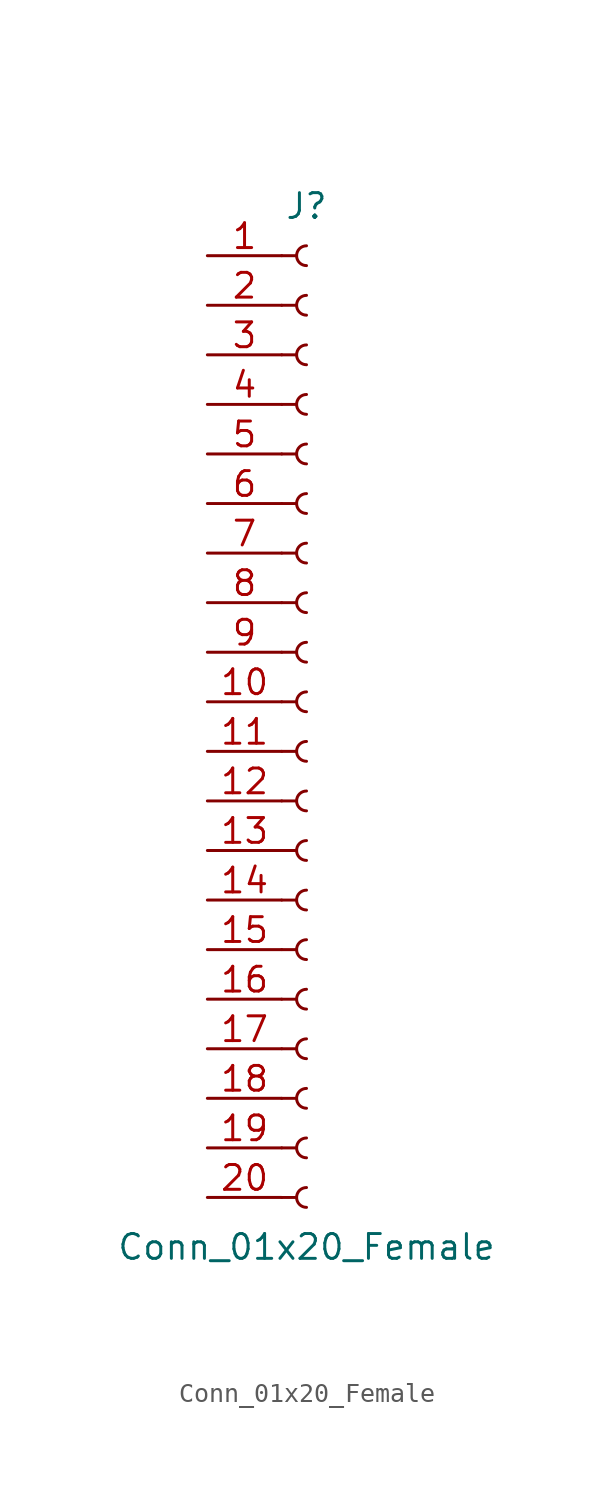
<source format=kicad_sym>
(kicad_symbol_lib
  (version 20201005)
  (generator kicad_symbol_editor)
  (symbol "Conn_01x20_Female"
    (pin_names
      (offset 1.016) hide)
    (property "Reference" "J"
      (at 0 25.4 0)
      (effects (font (size 1.27 1.27))))
    (property "Value" "Conn_01x20_Female"
      (at 0 -27.94 0)
      (effects (font (size 1.27 1.27))))
    (symbol "Conn_01x20_Female_1_1"
      (arc (start 0 -24.892) (end 0 -25.908) (radius (at 0 -25.4) (length 0.508) (angles 90.1 -90.1)) (stroke (width 0.1524)) (fill (type none)))
      (arc (start 0 -22.352) (end 0 -23.368) (radius (at 0 -22.86) (length 0.508) (angles 90.1 -90.1)) (stroke (width 0.1524)) (fill (type none)))
      (arc (start 0 -19.812) (end 0 -20.828) (radius (at 0 -20.32) (length 0.508) (angles 90.1 -90.1)) (stroke (width 0.1524)) (fill (type none)))
      (arc (start 0 -17.272) (end 0 -18.288) (radius (at 0 -17.78) (length 0.508) (angles 90.1 -90.1)) (stroke (width 0.1524)) (fill (type none)))
      (arc (start 0 -14.732) (end 0 -15.748) (radius (at 0 -15.24) (length 0.508) (angles 90.1 -90.1)) (stroke (width 0.1524)) (fill (type none)))
      (arc (start 0 -12.192) (end 0 -13.208) (radius (at 0 -12.7) (length 0.508) (angles 90.1 -90.1)) (stroke (width 0.1524)) (fill (type none)))
      (arc (start 0 -9.652) (end 0 -10.668) (radius (at 0 -10.16) (length 0.508) (angles 90.1 -90.1)) (stroke (width 0.1524)) (fill (type none)))
      (arc (start 0 -7.112) (end 0 -8.128) (radius (at 0 -7.62) (length 0.508) (angles 90.1 -90.1)) (stroke (width 0.1524)) (fill (type none)))
      (arc (start 0 -4.572) (end 0 -5.588) (radius (at 0 -5.08) (length 0.508) (angles 90.1 -90.1)) (stroke (width 0.1524)) (fill (type none)))
      (arc (start 0 -2.032) (end 0 -3.048) (radius (at 0 -2.54) (length 0.508) (angles 90.1 -90.1)) (stroke (width 0.1524)) (fill (type none)))
      (arc (start 0 0.508) (end 0 -0.508) (radius (at 0 0) (length 0.508) (angles 90.1 -90.1)) (stroke (width 0.1524)) (fill (type none)))
      (arc (start 0 3.048) (end 0 2.032) (radius (at 0 2.54) (length 0.508) (angles 90.1 -90.1)) (stroke (width 0.1524)) (fill (type none)))
      (arc (start 0 5.588) (end 0 4.572) (radius (at 0 5.08) (length 0.508) (angles 90.1 -90.1)) (stroke (width 0.1524)) (fill (type none)))
      (arc (start 0 8.128) (end 0 7.112) (radius (at 0 7.62) (length 0.508) (angles 90.1 -90.1)) (stroke (width 0.1524)) (fill (type none)))
      (arc (start 0 10.668) (end 0 9.652) (radius (at 0 10.16) (length 0.508) (angles 90.1 -90.1)) (stroke (width 0.1524)) (fill (type none)))
      (arc (start 0 13.208) (end 0 12.192) (radius (at 0 12.7) (length 0.508) (angles 90.1 -90.1)) (stroke (width 0.1524)) (fill (type none)))
      (arc (start 0 15.748) (end 0 14.732) (radius (at 0 15.24) (length 0.508) (angles 90.1 -90.1)) (stroke (width 0.1524)) (fill (type none)))
      (arc (start 0 18.288) (end 0 17.272) (radius (at 0 17.78) (length 0.508) (angles 90.1 -90.1)) (stroke (width 0.1524)) (fill (type none)))
      (arc (start 0 20.828) (end 0 19.812) (radius (at 0 20.32) (length 0.508) (angles 90.1 -90.1)) (stroke (width 0.1524)) (fill (type none)))
      (arc (start 0 23.368) (end 0 22.352) (radius (at 0 22.86) (length 0.508) (angles 90.1 -90.1)) (stroke (width 0.1524)) (fill (type none)))
      (polyline (pts (xy -1.27 -25.4) (xy -0.508 -25.4)) (stroke (width 0.152)) (fill (type none)))
      (polyline (pts (xy -1.27 -22.86) (xy -0.508 -22.86)) (stroke (width 0.152)) (fill (type none)))
      (polyline (pts (xy -1.27 -20.32) (xy -0.508 -20.32)) (stroke (width 0.152)) (fill (type none)))
      (polyline (pts (xy -1.27 -17.78) (xy -0.508 -17.78)) (stroke (width 0.152)) (fill (type none)))
      (polyline (pts (xy -1.27 -15.24) (xy -0.508 -15.24)) (stroke (width 0.152)) (fill (type none)))
      (polyline (pts (xy -1.27 -12.7) (xy -0.508 -12.7)) (stroke (width 0.152)) (fill (type none)))
      (polyline (pts (xy -1.27 -10.16) (xy -0.508 -10.16)) (stroke (width 0.152)) (fill (type none)))
      (polyline (pts (xy -1.27 -7.62) (xy -0.508 -7.62)) (stroke (width 0.152)) (fill (type none)))
      (polyline (pts (xy -1.27 -5.08) (xy -0.508 -5.08)) (stroke (width 0.152)) (fill (type none)))
      (polyline (pts (xy -1.27 -2.54) (xy -0.508 -2.54)) (stroke (width 0.152)) (fill (type none)))
      (polyline (pts (xy -1.27 0) (xy -0.508 0)) (stroke (width 0.152)) (fill (type none)))
      (polyline (pts (xy -1.27 2.54) (xy -0.508 2.54)) (stroke (width 0.152)) (fill (type none)))
      (polyline (pts (xy -1.27 5.08) (xy -0.508 5.08)) (stroke (width 0.152)) (fill (type none)))
      (polyline (pts (xy -1.27 7.62) (xy -0.508 7.62)) (stroke (width 0.152)) (fill (type none)))
      (polyline (pts (xy -1.27 10.16) (xy -0.508 10.16)) (stroke (width 0.152)) (fill (type none)))
      (polyline (pts (xy -1.27 12.7) (xy -0.508 12.7)) (stroke (width 0.152)) (fill (type none)))
      (polyline (pts (xy -1.27 15.24) (xy -0.508 15.24)) (stroke (width 0.152)) (fill (type none)))
      (polyline (pts (xy -1.27 17.78) (xy -0.508 17.78)) (stroke (width 0.152)) (fill (type none)))
      (polyline (pts (xy -1.27 20.32) (xy -0.508 20.32)) (stroke (width 0.152)) (fill (type none)))
      (polyline (pts (xy -1.27 22.86) (xy -0.508 22.86)) (stroke (width 0.152)) (fill (type none)))
      (pin passive line (at -5.08 22.86 0) (length 3.81) (name "Pin_1" (effects (font (size 1.27 1.27)))) (number "1" (effects (font (size 1.27 1.27)))))
      (pin passive line (at -5.08 0 0) (length 3.81) (name "Pin_10" (effects (font (size 1.27 1.27)))) (number "10" (effects (font (size 1.27 1.27)))))
      (pin passive line (at -5.08 -2.54 0) (length 3.81) (name "Pin_11" (effects (font (size 1.27 1.27)))) (number "11" (effects (font (size 1.27 1.27)))))
      (pin passive line (at -5.08 -5.08 0) (length 3.81) (name "Pin_12" (effects (font (size 1.27 1.27)))) (number "12" (effects (font (size 1.27 1.27)))))
      (pin passive line (at -5.08 -7.62 0) (length 3.81) (name "Pin_13" (effects (font (size 1.27 1.27)))) (number "13" (effects (font (size 1.27 1.27)))))
      (pin passive line (at -5.08 -10.16 0) (length 3.81) (name "Pin_14" (effects (font (size 1.27 1.27)))) (number "14" (effects (font (size 1.27 1.27)))))
      (pin passive line (at -5.08 -12.7 0) (length 3.81) (name "Pin_15" (effects (font (size 1.27 1.27)))) (number "15" (effects (font (size 1.27 1.27)))))
      (pin passive line (at -5.08 -15.24 0) (length 3.81) (name "Pin_16" (effects (font (size 1.27 1.27)))) (number "16" (effects (font (size 1.27 1.27)))))
      (pin passive line (at -5.08 -17.78 0) (length 3.81) (name "Pin_17" (effects (font (size 1.27 1.27)))) (number "17" (effects (font (size 1.27 1.27)))))
      (pin passive line (at -5.08 -20.32 0) (length 3.81) (name "Pin_18" (effects (font (size 1.27 1.27)))) (number "18" (effects (font (size 1.27 1.27)))))
      (pin passive line (at -5.08 -22.86 0) (length 3.81) (name "Pin_19" (effects (font (size 1.27 1.27)))) (number "19" (effects (font (size 1.27 1.27)))))
      (pin passive line (at -5.08 20.32 0) (length 3.81) (name "Pin_2" (effects (font (size 1.27 1.27)))) (number "2" (effects (font (size 1.27 1.27)))))
      (pin passive line (at -5.08 -25.4 0) (length 3.81) (name "Pin_20" (effects (font (size 1.27 1.27)))) (number "20" (effects (font (size 1.27 1.27)))))
      (pin passive line (at -5.08 17.78 0) (length 3.81) (name "Pin_3" (effects (font (size 1.27 1.27)))) (number "3" (effects (font (size 1.27 1.27)))))
      (pin passive line (at -5.08 15.24 0) (length 3.81) (name "Pin_4" (effects (font (size 1.27 1.27)))) (number "4" (effects (font (size 1.27 1.27)))))
      (pin passive line (at -5.08 12.7 0) (length 3.81) (name "Pin_5" (effects (font (size 1.27 1.27)))) (number "5" (effects (font (size 1.27 1.27)))))
      (pin passive line (at -5.08 10.16 0) (length 3.81) (name "Pin_6" (effects (font (size 1.27 1.27)))) (number "6" (effects (font (size 1.27 1.27)))))
      (pin passive line (at -5.08 7.62 0) (length 3.81) (name "Pin_7" (effects (font (size 1.27 1.27)))) (number "7" (effects (font (size 1.27 1.27)))))
      (pin passive line (at -5.08 5.08 0) (length 3.81) (name "Pin_8" (effects (font (size 1.27 1.27)))) (number "8" (effects (font (size 1.27 1.27)))))
      (pin passive line (at -5.08 2.54 0) (length 3.81) (name "Pin_9" (effects (font (size 1.27 1.27)))) (number "9" (effects (font (size 1.27 1.27))))))))
</source>
